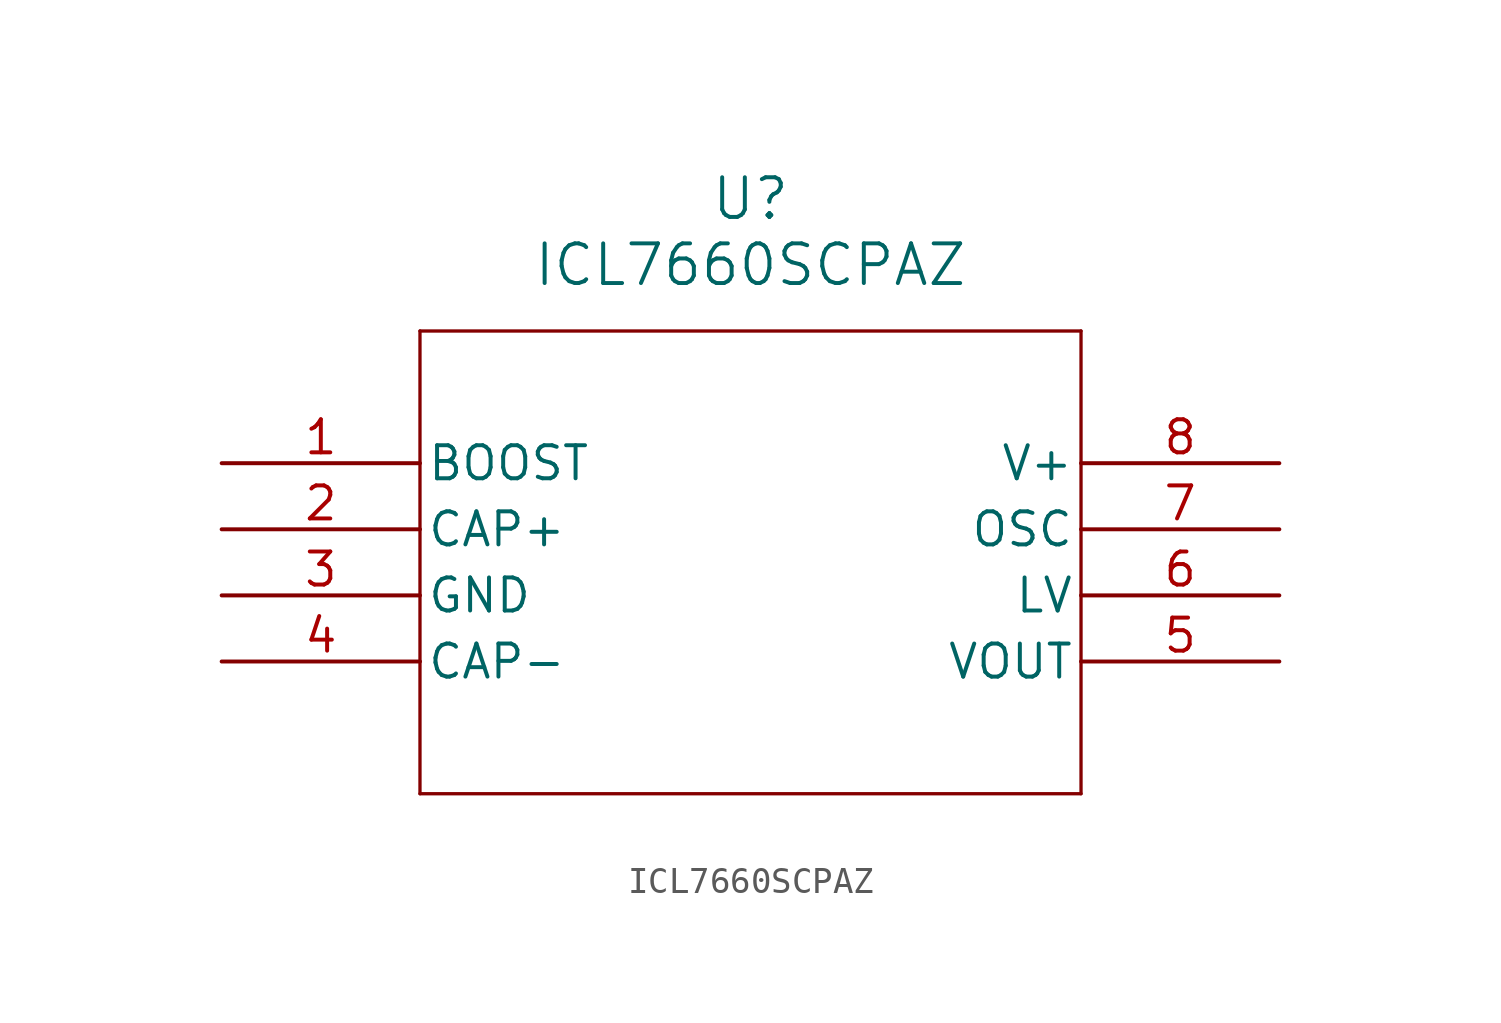
<source format=kicad_sym>
(kicad_symbol_lib
  (version 20211014)
  (generator kicad_symbol_editor)
  (symbol "ICL7660SCPAZ"
    (pin_names
      (offset 0.254))
    (property "Reference" "U"
      (at 20.32 10.16 0)
      (effects (font (size 1.524 1.524))))
    (property "Value" "ICL7660SCPAZ"
      (at 20.32 7.62 0)
      (effects (font (size 1.524 1.524))))
    (symbol "ICL7660SCPAZ_0_1"
      (polyline (pts (xy 7.62 5.08) (xy 7.62 -12.7)) (stroke (width 0.127) (type default) (color 0 0 0 0)) (fill (type none)))
      (polyline (pts (xy 7.62 -12.7) (xy 33.02 -12.7)) (stroke (width 0.127) (type default) (color 0 0 0 0)) (fill (type none)))
      (polyline (pts (xy 33.02 -12.7) (xy 33.02 5.08)) (stroke (width 0.127) (type default) (color 0 0 0 0)) (fill (type none)))
      (polyline (pts (xy 33.02 5.08) (xy 7.62 5.08)) (stroke (width 0.127) (type default) (color 0 0 0 0)) (fill (type none)))
      (pin unspecified line (at 0 0 0) (length 7.62) (name "BOOST" (effects (font (size 1.27 1.27)))) (number "1" (effects (font (size 1.27 1.27)))))
      (pin unspecified line (at 0 -2.54 0) (length 7.62) (name "CAP+" (effects (font (size 1.27 1.27)))) (number "2" (effects (font (size 1.27 1.27)))))
      (pin power_in line (at 0 -5.08 0) (length 7.62) (name "GND" (effects (font (size 1.27 1.27)))) (number "3" (effects (font (size 1.27 1.27)))))
      (pin unspecified line (at 0 -7.62 0) (length 7.62) (name "CAP-" (effects (font (size 1.27 1.27)))) (number "4" (effects (font (size 1.27 1.27)))))
      (pin output line (at 40.64 -7.62 180) (length 7.62) (name "VOUT" (effects (font (size 1.27 1.27)))) (number "5" (effects (font (size 1.27 1.27)))))
      (pin unspecified line (at 40.64 -5.08 180) (length 7.62) (name "LV" (effects (font (size 1.27 1.27)))) (number "6" (effects (font (size 1.27 1.27)))))
      (pin unspecified line (at 40.64 -2.54 180) (length 7.62) (name "OSC" (effects (font (size 1.27 1.27)))) (number "7" (effects (font (size 1.27 1.27)))))
      (pin power_in line (at 40.64 0 180) (length 7.62) (name "V+" (effects (font (size 1.27 1.27)))) (number "8" (effects (font (size 1.27 1.27))))))))
</source>
